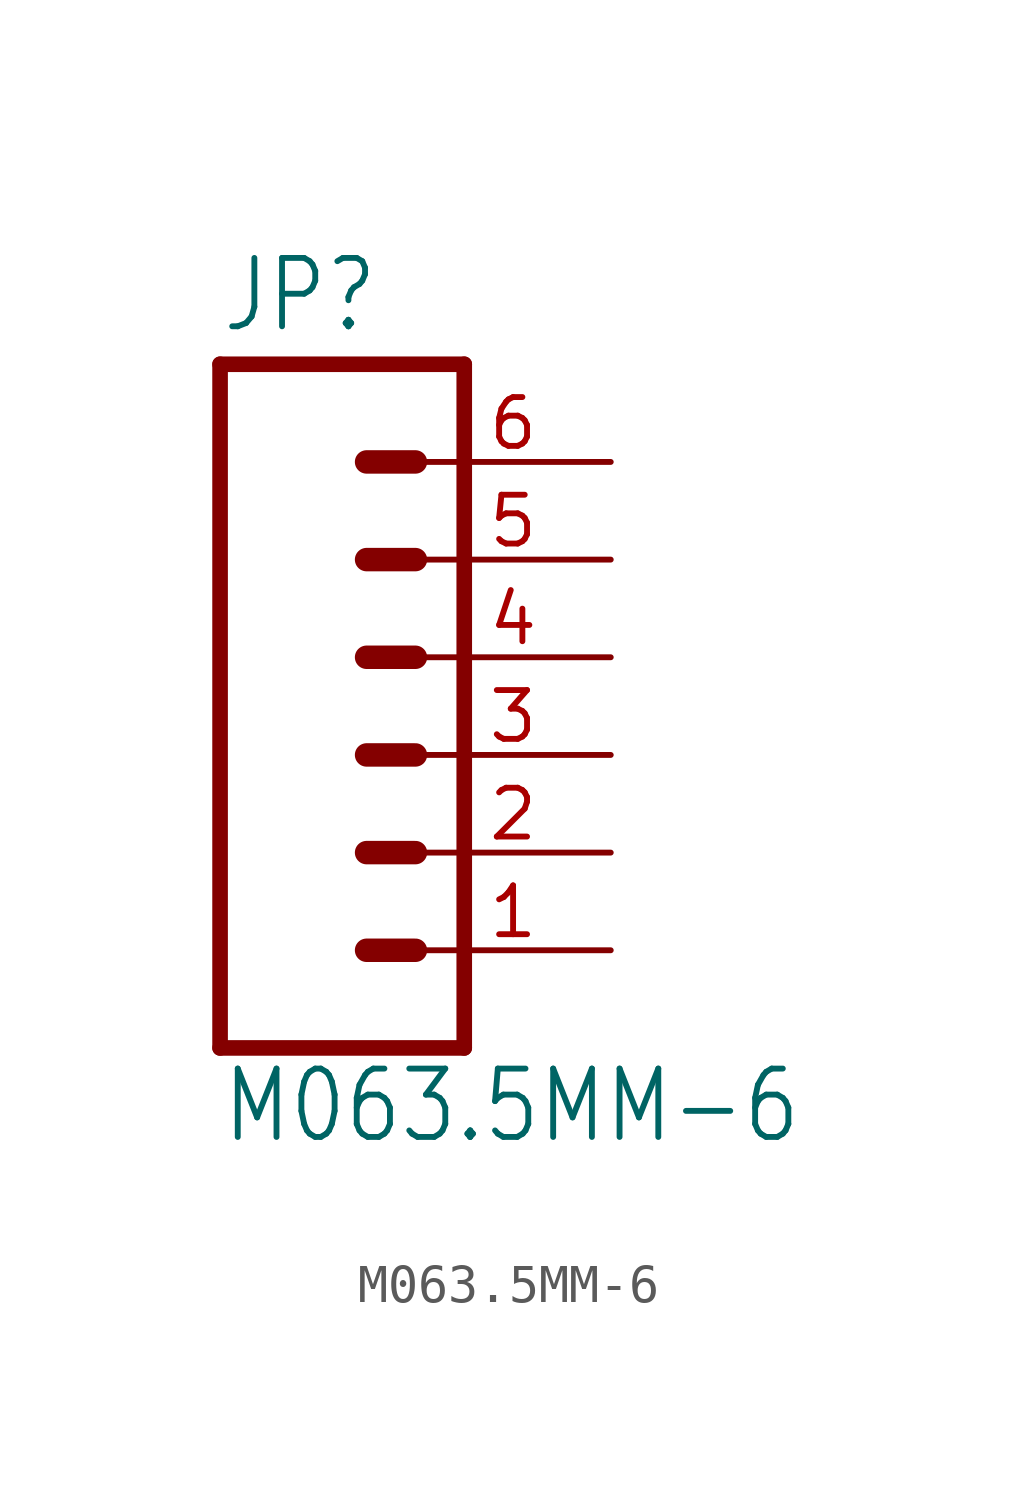
<source format=kicad_sym>
(kicad_symbol_lib
  (version 20211014)
  (generator kicad_symbol_editor)
  (symbol "M063.5MM-6"
    (property "Reference" "JP"
      (at -5.08 10.922 0)
      (effects (font (size 1.778 1.511)) (justify left bottom)))
    (property "Value" "M063.5MM-6"
      (at -5.08 -10.16 0)
      (effects (font (size 1.778 1.511)) (justify left bottom)))
    (property "ki_locked" ""
      (at 0 0 0)
      (effects (font (size 1.27 1.27))))
    (symbol "M063.5MM-6_1_0"
      (polyline (pts (xy -5.08 10.16) (xy -5.08 -7.62)) (stroke (width 0.406) (type default) (color 0 0 0 0)) (fill (type none)))
      (polyline (pts (xy -5.08 10.16) (xy 1.27 10.16)) (stroke (width 0.406) (type default) (color 0 0 0 0)) (fill (type none)))
      (polyline (pts (xy -1.27 -5.08) (xy 0 -5.08)) (stroke (width 0.61) (type default) (color 0 0 0 0)) (fill (type none)))
      (polyline (pts (xy -1.27 -2.54) (xy 0 -2.54)) (stroke (width 0.61) (type default) (color 0 0 0 0)) (fill (type none)))
      (polyline (pts (xy -1.27 0) (xy 0 0)) (stroke (width 0.61) (type default) (color 0 0 0 0)) (fill (type none)))
      (polyline (pts (xy -1.27 2.54) (xy 0 2.54)) (stroke (width 0.61) (type default) (color 0 0 0 0)) (fill (type none)))
      (polyline (pts (xy -1.27 5.08) (xy 0 5.08)) (stroke (width 0.61) (type default) (color 0 0 0 0)) (fill (type none)))
      (polyline (pts (xy -1.27 7.62) (xy 0 7.62)) (stroke (width 0.61) (type default) (color 0 0 0 0)) (fill (type none)))
      (polyline (pts (xy 1.27 -7.62) (xy -5.08 -7.62)) (stroke (width 0.406) (type default) (color 0 0 0 0)) (fill (type none)))
      (polyline (pts (xy 1.27 -7.62) (xy 1.27 10.16)) (stroke (width 0.406) (type default) (color 0 0 0 0)) (fill (type none)))
      (pin passive line (at 5.08 -5.08 180) (length 5.08) (name "1" (effects (font (size 0 0)))) (number "1" (effects (font (size 1.27 1.27)))))
      (pin passive line (at 5.08 -2.54 180) (length 5.08) (name "2" (effects (font (size 0 0)))) (number "2" (effects (font (size 1.27 1.27)))))
      (pin passive line (at 5.08 0 180) (length 5.08) (name "3" (effects (font (size 0 0)))) (number "3" (effects (font (size 1.27 1.27)))))
      (pin passive line (at 5.08 2.54 180) (length 5.08) (name "4" (effects (font (size 0 0)))) (number "4" (effects (font (size 1.27 1.27)))))
      (pin passive line (at 5.08 5.08 180) (length 5.08) (name "5" (effects (font (size 0 0)))) (number "5" (effects (font (size 1.27 1.27)))))
      (pin passive line (at 5.08 7.62 180) (length 5.08) (name "6" (effects (font (size 0 0)))) (number "6" (effects (font (size 1.27 1.27))))))))
</source>
